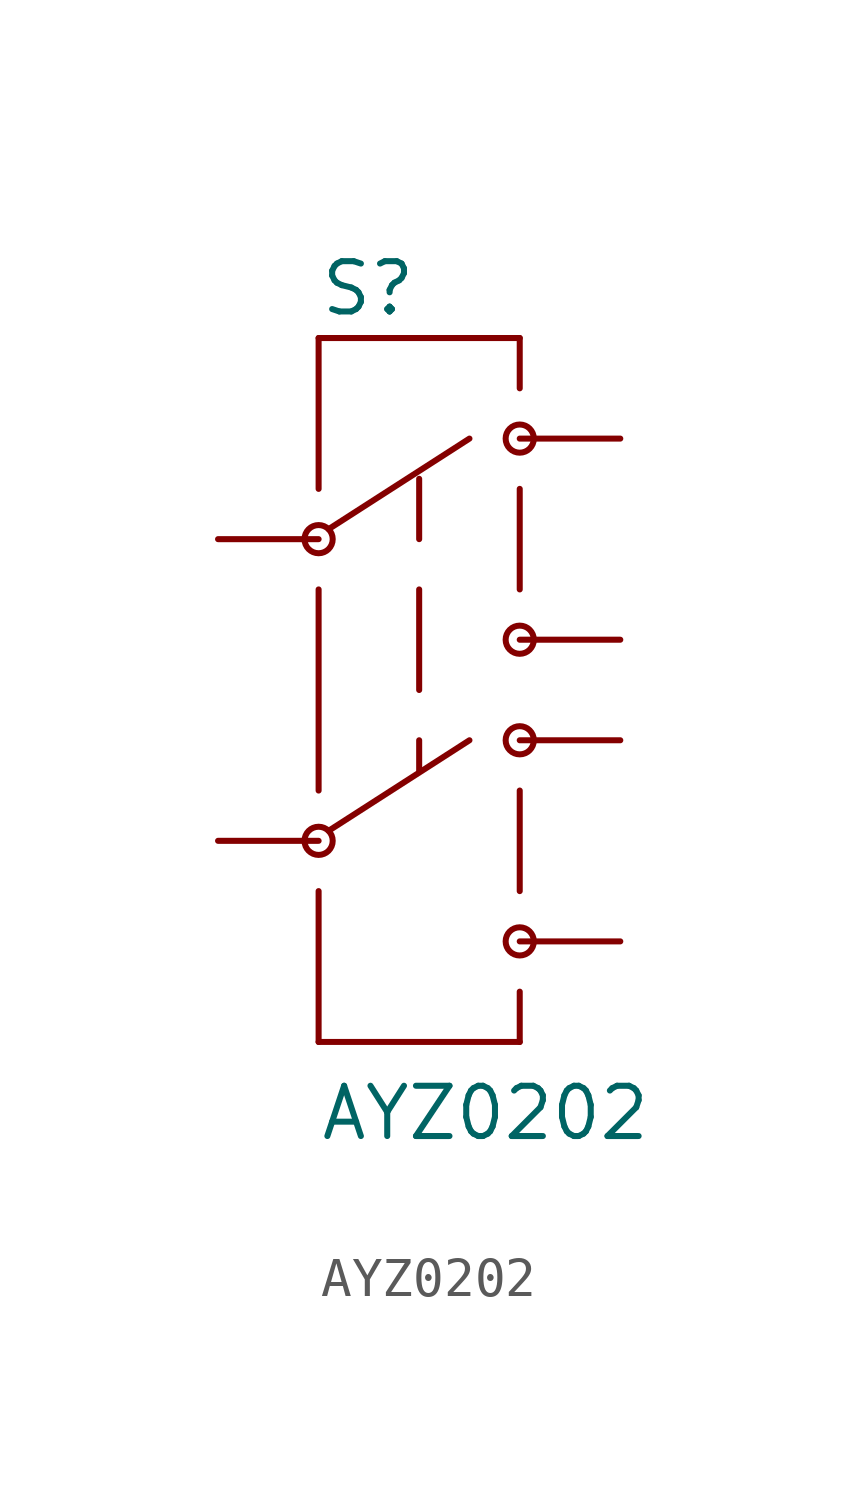
<source format=kicad_sym>
(kicad_symbol_lib
  (version 20211014)
  (generator kicad_symbol_editor)
  (symbol "AYZ0202"
    (pin_numbers hide)
    (pin_names
      (offset 1.016) hide)
    (property "Reference" "S"
      (at -2.54 8.128 0)
      (effects (font (size 1.27 1.27)) (justify left bottom)))
    (property "Value" "AYZ0202"
      (at -2.54 -12.7 0)
      (effects (font (size 1.27 1.27)) (justify left bottom)))
    (property "ki_locked" ""
      (at 0 0 0)
      (effects (font (size 1.27 1.27))))
    (symbol "AYZ0202_1_0"
      (polyline (pts (xy -2.54 -10.16) (xy 2.54 -10.16)) (stroke (width 0) (type default) (color 0 0 0 0)) (fill (type none)))
      (polyline (pts (xy -2.54 -6.35) (xy -2.54 -10.16)) (stroke (width 0) (type default) (color 0 0 0 0)) (fill (type none)))
      (polyline (pts (xy -2.54 1.27) (xy -2.54 -3.81)) (stroke (width 0) (type default) (color 0 0 0 0)) (fill (type none)))
      (polyline (pts (xy -2.54 7.62) (xy -2.54 3.81)) (stroke (width 0) (type default) (color 0 0 0 0)) (fill (type none)))
      (polyline (pts (xy -2.286 -4.826) (xy 1.27 -2.54)) (stroke (width 0) (type default) (color 0 0 0 0)) (fill (type none)))
      (polyline (pts (xy 0 -2.54) (xy 0 -3.302)) (stroke (width 0) (type default) (color 0 0 0 0)) (fill (type none)))
      (polyline (pts (xy 0 1.27) (xy 0 -1.27)) (stroke (width 0) (type default) (color 0 0 0 0)) (fill (type none)))
      (polyline (pts (xy 0 4.064) (xy 0 2.54)) (stroke (width 0) (type default) (color 0 0 0 0)) (fill (type none)))
      (polyline (pts (xy 1.27 5.08) (xy -2.286 2.794)) (stroke (width 0) (type default) (color 0 0 0 0)) (fill (type none)))
      (polyline (pts (xy 2.54 -10.16) (xy 2.54 -8.89)) (stroke (width 0) (type default) (color 0 0 0 0)) (fill (type none)))
      (polyline (pts (xy 2.54 -6.35) (xy 2.54 -3.81)) (stroke (width 0) (type default) (color 0 0 0 0)) (fill (type none)))
      (polyline (pts (xy 2.54 3.81) (xy 2.54 1.27)) (stroke (width 0) (type default) (color 0 0 0 0)) (fill (type none)))
      (polyline (pts (xy 2.54 6.35) (xy 2.54 7.62)) (stroke (width 0) (type default) (color 0 0 0 0)) (fill (type none)))
      (polyline (pts (xy 2.54 7.62) (xy -2.54 7.62)) (stroke (width 0) (type default) (color 0 0 0 0)) (fill (type none))))
    (symbol "AYZ0202_1_1"
      (circle (center -2.54 -5.08) (radius 0.356) (stroke (width 0) (type default) (color 0 0 0 0)) (fill (type none)))
      (circle (center -2.54 2.54) (radius 0.356) (stroke (width 0) (type default) (color 0 0 0 0)) (fill (type none)))
      (circle (center 2.54 -7.62) (radius 0.356) (stroke (width 0) (type default) (color 0 0 0 0)) (fill (type none)))
      (circle (center 2.54 -2.54) (radius 0.356) (stroke (width 0) (type default) (color 0 0 0 0)) (fill (type none)))
      (circle (center 2.54 0) (radius 0.356) (stroke (width 0) (type default) (color 0 0 0 0)) (fill (type none)))
      (circle (center 2.54 5.08) (radius 0.356) (stroke (width 0) (type default) (color 0 0 0 0)) (fill (type none)))
      (pin bidirectional line (at 5.08 0 180) (length 2.54) (name "3" (effects (font (size 1.016 1.016)))) (number "1" (effects (font (size 1.016 1.016)))))
      (pin bidirectional line (at -5.08 2.54 0) (length 2.54) (name "2" (effects (font (size 1.016 1.016)))) (number "2" (effects (font (size 1.016 1.016)))))
      (pin bidirectional line (at 5.08 5.08 180) (length 2.54) (name "1" (effects (font (size 1.016 1.016)))) (number "3" (effects (font (size 1.016 1.016)))))
      (pin bidirectional line (at 5.08 -7.62 180) (length 2.54) (name "6" (effects (font (size 1.016 1.016)))) (number "4" (effects (font (size 1.016 1.016)))))
      (pin bidirectional line (at -5.08 -5.08 0) (length 2.54) (name "5" (effects (font (size 1.016 1.016)))) (number "5" (effects (font (size 1.016 1.016)))))
      (pin bidirectional line (at 5.08 -2.54 180) (length 2.54) (name "4" (effects (font (size 1.016 1.016)))) (number "6" (effects (font (size 1.016 1.016))))))))
</source>
